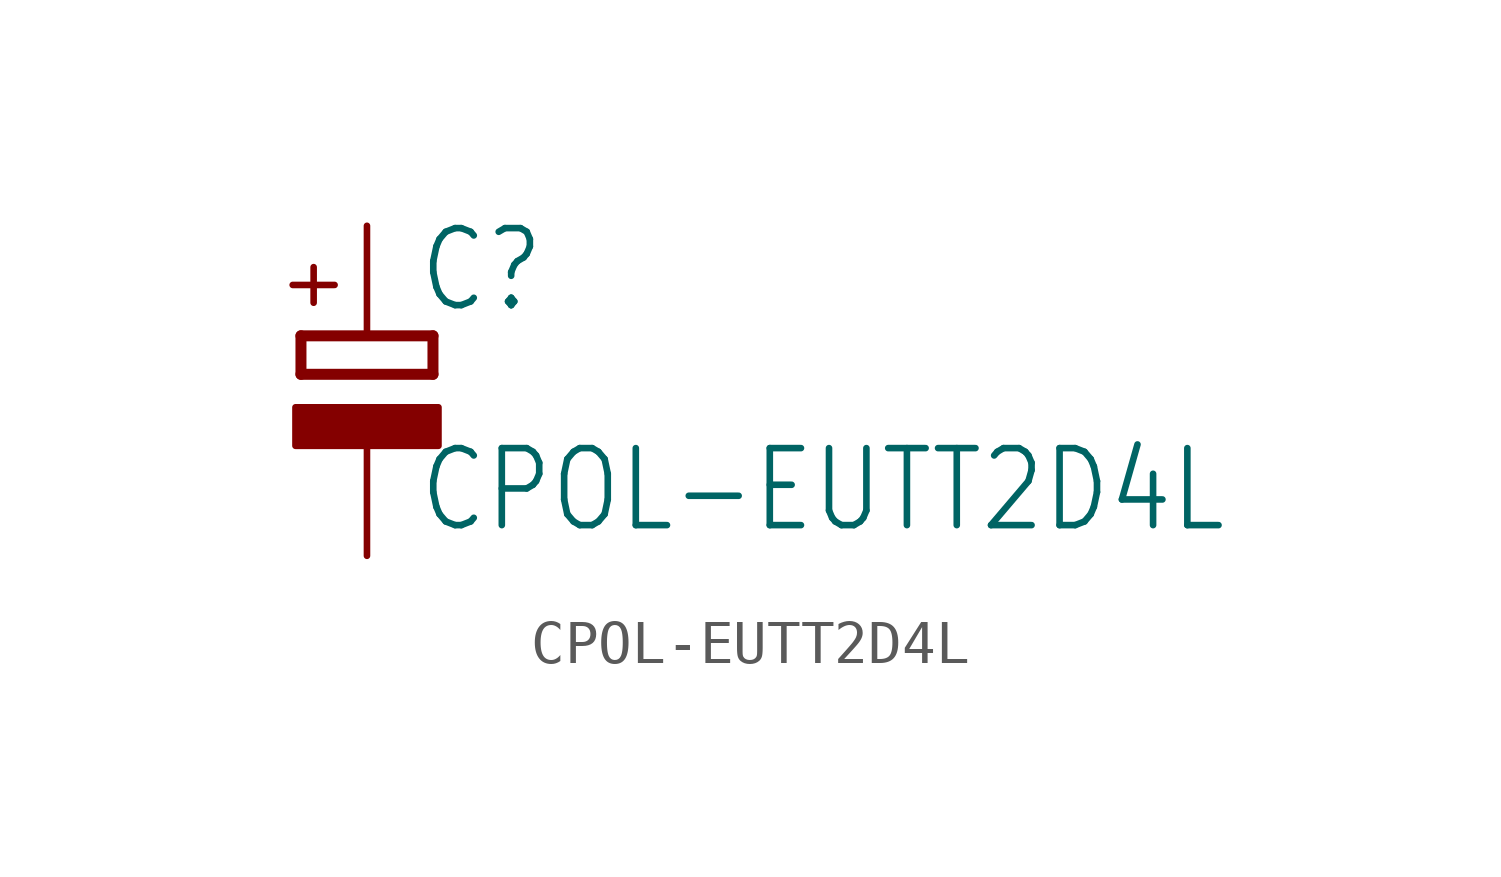
<source format=kicad_sym>
(kicad_symbol_lib
  (version 20220914)
  (generator kicad_symbol_editor)
  (symbol "CPOL-EUTT2D4L"
    (property "Reference" "C"
      (at 1.143 0.483 0)
      (effects (font (size 1.778 1.511)) (justify left bottom)))
    (property "Value" "CPOL-EUTT2D4L"
      (at 1.143 -4.597 0)
      (effects (font (size 1.778 1.511)) (justify left bottom)))
    (property "ki_locked" ""
      (at 0 0 0)
      (effects (font (size 1.27 1.27))))
    (symbol "CPOL-EUTT2D4L_1_0"
      (rectangle (start -1.651 -2.54) (end 1.651 -1.651) (stroke (width 0) (type default)) (fill (type outline)))
      (polyline (pts (xy -1.524 -0.889) (xy 1.524 -0.889)) (stroke (width 0.254) (type default)) (fill (type none)))
      (polyline (pts (xy -1.524 0) (xy -1.524 -0.889)) (stroke (width 0.254) (type default)) (fill (type none)))
      (polyline (pts (xy -1.524 0) (xy 1.524 0)) (stroke (width 0.254) (type default)) (fill (type none)))
      (polyline (pts (xy 1.524 -0.889) (xy 1.524 0)) (stroke (width 0.254) (type default)) (fill (type none)))
      (text "+" (at -0.584 0.406 900) (effects (font (size 1.27 1.079)) (justify left bottom)))
      (pin passive line (at 0 2.54 270) (length 2.54) (name "+" (effects (font (size 0 0)))) (number "+" (effects (font (size 0 0)))))
      (pin passive line (at 0 -5.08 90) (length 2.54) (name "-" (effects (font (size 0 0)))) (number "-" (effects (font (size 0 0))))))))
</source>
